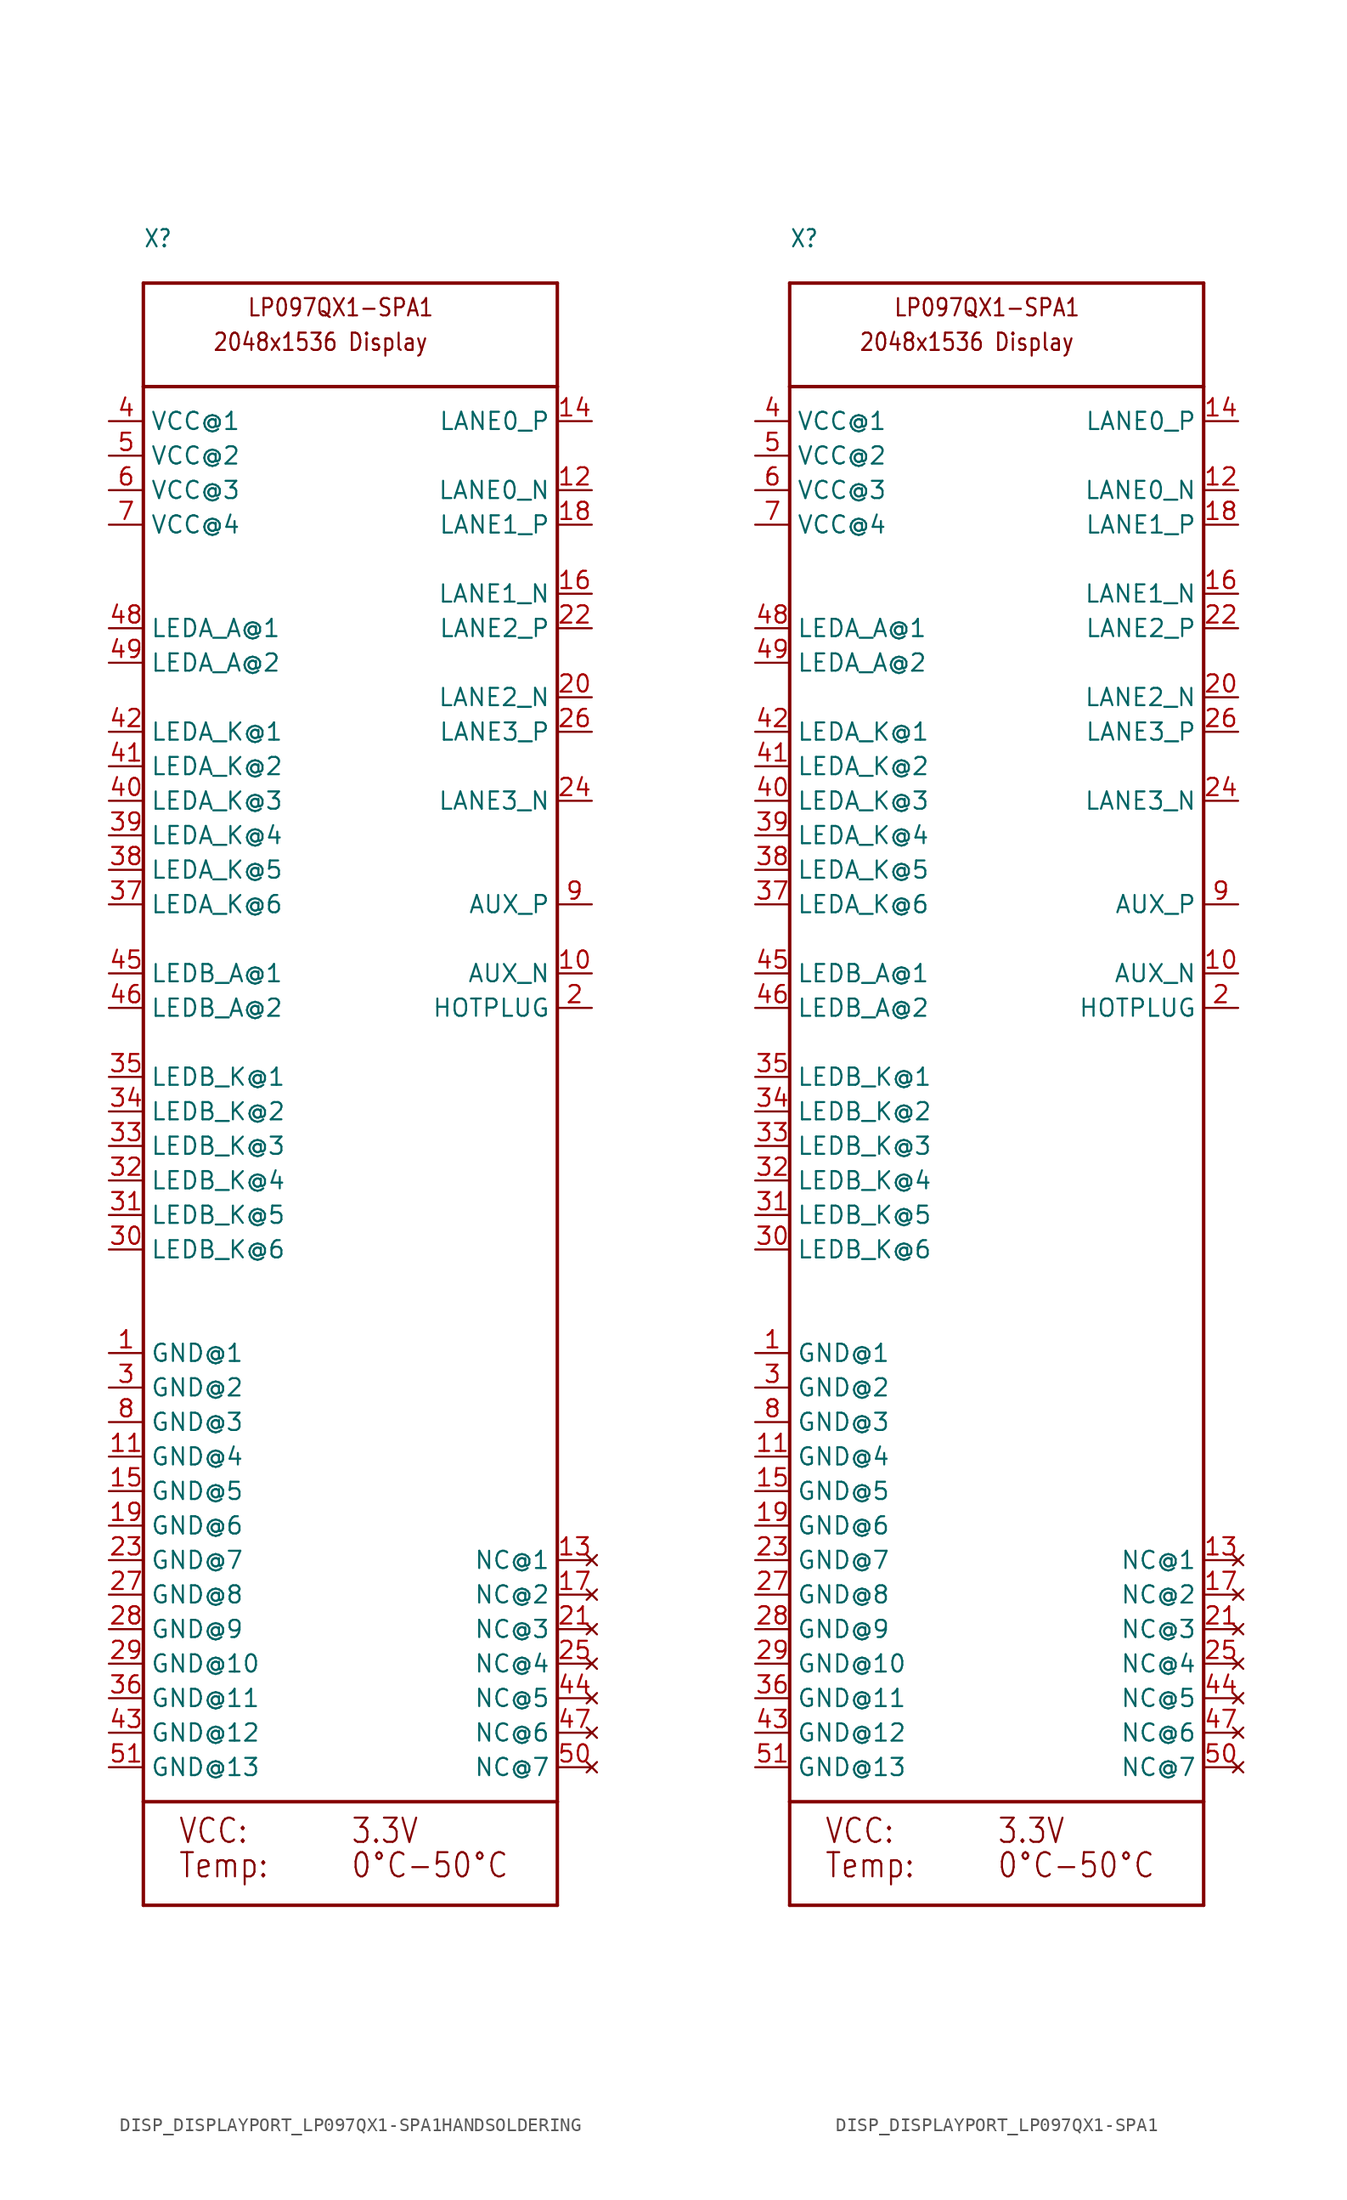
<source format=kicad_sym>
(kicad_symbol_lib
  (version 20220914)
  (generator kicad_symbol_editor)
  (symbol "DISP_DISPLAYPORT_LP097QX1-SPA1HANDSOLDERING"
    (property "Reference" "X"
      (at -15.24 60.96 0)
      (effects (font (size 1.27 1.079)) (justify left bottom)))
    (property "Value" ""
      (at -15.24 -63.5 0)
      (effects (font (size 1.27 1.079)) (justify left bottom)))
    (property "ki_locked" ""
      (at 0 0 0)
      (effects (font (size 1.27 1.27))))
    (symbol "DISP_DISPLAYPORT_LP097QX1-SPA1HANDSOLDERING_1_0"
      (polyline (pts (xy -15.24 -60.96) (xy -15.24 -53.34)) (stroke (width 0.254) (type solid)) (fill (type none)))
      (polyline (pts (xy -15.24 -53.34) (xy -15.24 50.8)) (stroke (width 0.254) (type solid)) (fill (type none)))
      (polyline (pts (xy -15.24 50.8) (xy 15.24 50.8)) (stroke (width 0.254) (type solid)) (fill (type none)))
      (polyline (pts (xy -15.24 58.42) (xy -15.24 50.8)) (stroke (width 0.254) (type solid)) (fill (type none)))
      (polyline (pts (xy -15.24 58.42) (xy 15.24 58.42)) (stroke (width 0.254) (type solid)) (fill (type none)))
      (polyline (pts (xy 15.24 -60.96) (xy -15.24 -60.96)) (stroke (width 0.254) (type solid)) (fill (type none)))
      (polyline (pts (xy 15.24 -53.34) (xy -15.24 -53.34)) (stroke (width 0.254) (type solid)) (fill (type none)))
      (polyline (pts (xy 15.24 -53.34) (xy 15.24 -60.96)) (stroke (width 0.254) (type solid)) (fill (type none)))
      (polyline (pts (xy 15.24 50.8) (xy 15.24 -53.34)) (stroke (width 0.254) (type solid)) (fill (type none)))
      (polyline (pts (xy 15.24 58.42) (xy 15.24 50.8)) (stroke (width 0.254) (type solid)) (fill (type none)))
      (text "0°C-50°C" (at 0 -59.055 0) (effects (font (size 1.778 1.511)) (justify left bottom)))
      (text "2048x1536 Display" (at -10.16 53.34 0) (effects (font (size 1.27 1.079)) (justify left bottom)))
      (text "3.3V" (at 0 -56.515 0) (effects (font (size 1.778 1.511)) (justify left bottom)))
      (text "LP097QX1-SPA1" (at -7.62 55.88 0) (effects (font (size 1.27 1.079)) (justify left bottom)))
      (text "Temp:" (at -12.7 -59.055 0) (effects (font (size 1.778 1.511)) (justify left bottom)))
      (text "VCC:" (at -12.7 -56.515 0) (effects (font (size 1.778 1.511)) (justify left bottom)))
      (pin power_in line (at -17.78 -20.32 0) (length 2.54) (name "GND@1" (effects (font (size 1.27 1.27)))) (number "1" (effects (font (size 1.27 1.27)))))
      (pin bidirectional line (at 17.78 7.62 180) (length 2.54) (name "AUX_N" (effects (font (size 1.27 1.27)))) (number "10" (effects (font (size 1.27 1.27)))))
      (pin power_in line (at -17.78 -27.94 0) (length 2.54) (name "GND@4" (effects (font (size 1.27 1.27)))) (number "11" (effects (font (size 1.27 1.27)))))
      (pin bidirectional line (at 17.78 43.18 180) (length 2.54) (name "LANE0_N" (effects (font (size 1.27 1.27)))) (number "12" (effects (font (size 1.27 1.27)))))
      (pin no_connect line (at 17.78 -35.56 180) (length 2.54) (name "NC@1" (effects (font (size 1.27 1.27)))) (number "13" (effects (font (size 1.27 1.27)))))
      (pin bidirectional line (at 17.78 48.26 180) (length 2.54) (name "LANE0_P" (effects (font (size 1.27 1.27)))) (number "14" (effects (font (size 1.27 1.27)))))
      (pin power_in line (at -17.78 -30.48 0) (length 2.54) (name "GND@5" (effects (font (size 1.27 1.27)))) (number "15" (effects (font (size 1.27 1.27)))))
      (pin bidirectional line (at 17.78 35.56 180) (length 2.54) (name "LANE1_N" (effects (font (size 1.27 1.27)))) (number "16" (effects (font (size 1.27 1.27)))))
      (pin no_connect line (at 17.78 -38.1 180) (length 2.54) (name "NC@2" (effects (font (size 1.27 1.27)))) (number "17" (effects (font (size 1.27 1.27)))))
      (pin bidirectional line (at 17.78 40.64 180) (length 2.54) (name "LANE1_P" (effects (font (size 1.27 1.27)))) (number "18" (effects (font (size 1.27 1.27)))))
      (pin power_in line (at -17.78 -33.02 0) (length 2.54) (name "GND@6" (effects (font (size 1.27 1.27)))) (number "19" (effects (font (size 1.27 1.27)))))
      (pin bidirectional line (at 17.78 5.08 180) (length 2.54) (name "HOTPLUG" (effects (font (size 1.27 1.27)))) (number "2" (effects (font (size 1.27 1.27)))))
      (pin bidirectional line (at 17.78 27.94 180) (length 2.54) (name "LANE2_N" (effects (font (size 1.27 1.27)))) (number "20" (effects (font (size 1.27 1.27)))))
      (pin no_connect line (at 17.78 -40.64 180) (length 2.54) (name "NC@3" (effects (font (size 1.27 1.27)))) (number "21" (effects (font (size 1.27 1.27)))))
      (pin bidirectional line (at 17.78 33.02 180) (length 2.54) (name "LANE2_P" (effects (font (size 1.27 1.27)))) (number "22" (effects (font (size 1.27 1.27)))))
      (pin power_in line (at -17.78 -35.56 0) (length 2.54) (name "GND@7" (effects (font (size 1.27 1.27)))) (number "23" (effects (font (size 1.27 1.27)))))
      (pin bidirectional line (at 17.78 20.32 180) (length 2.54) (name "LANE3_N" (effects (font (size 1.27 1.27)))) (number "24" (effects (font (size 1.27 1.27)))))
      (pin no_connect line (at 17.78 -43.18 180) (length 2.54) (name "NC@4" (effects (font (size 1.27 1.27)))) (number "25" (effects (font (size 1.27 1.27)))))
      (pin bidirectional line (at 17.78 25.4 180) (length 2.54) (name "LANE3_P" (effects (font (size 1.27 1.27)))) (number "26" (effects (font (size 1.27 1.27)))))
      (pin power_in line (at -17.78 -38.1 0) (length 2.54) (name "GND@8" (effects (font (size 1.27 1.27)))) (number "27" (effects (font (size 1.27 1.27)))))
      (pin power_in line (at -17.78 -40.64 0) (length 2.54) (name "GND@9" (effects (font (size 1.27 1.27)))) (number "28" (effects (font (size 1.27 1.27)))))
      (pin power_in line (at -17.78 -43.18 0) (length 2.54) (name "GND@10" (effects (font (size 1.27 1.27)))) (number "29" (effects (font (size 1.27 1.27)))))
      (pin power_in line (at -17.78 -22.86 0) (length 2.54) (name "GND@2" (effects (font (size 1.27 1.27)))) (number "3" (effects (font (size 1.27 1.27)))))
      (pin bidirectional line (at -17.78 -12.7 0) (length 2.54) (name "LEDB_K@6" (effects (font (size 1.27 1.27)))) (number "30" (effects (font (size 1.27 1.27)))))
      (pin bidirectional line (at -17.78 -10.16 0) (length 2.54) (name "LEDB_K@5" (effects (font (size 1.27 1.27)))) (number "31" (effects (font (size 1.27 1.27)))))
      (pin bidirectional line (at -17.78 -7.62 0) (length 2.54) (name "LEDB_K@4" (effects (font (size 1.27 1.27)))) (number "32" (effects (font (size 1.27 1.27)))))
      (pin bidirectional line (at -17.78 -5.08 0) (length 2.54) (name "LEDB_K@3" (effects (font (size 1.27 1.27)))) (number "33" (effects (font (size 1.27 1.27)))))
      (pin bidirectional line (at -17.78 -2.54 0) (length 2.54) (name "LEDB_K@2" (effects (font (size 1.27 1.27)))) (number "34" (effects (font (size 1.27 1.27)))))
      (pin bidirectional line (at -17.78 0 0) (length 2.54) (name "LEDB_K@1" (effects (font (size 1.27 1.27)))) (number "35" (effects (font (size 1.27 1.27)))))
      (pin power_in line (at -17.78 -45.72 0) (length 2.54) (name "GND@11" (effects (font (size 1.27 1.27)))) (number "36" (effects (font (size 1.27 1.27)))))
      (pin bidirectional line (at -17.78 12.7 0) (length 2.54) (name "LEDA_K@6" (effects (font (size 1.27 1.27)))) (number "37" (effects (font (size 1.27 1.27)))))
      (pin bidirectional line (at -17.78 15.24 0) (length 2.54) (name "LEDA_K@5" (effects (font (size 1.27 1.27)))) (number "38" (effects (font (size 1.27 1.27)))))
      (pin bidirectional line (at -17.78 17.78 0) (length 2.54) (name "LEDA_K@4" (effects (font (size 1.27 1.27)))) (number "39" (effects (font (size 1.27 1.27)))))
      (pin power_in line (at -17.78 48.26 0) (length 2.54) (name "VCC@1" (effects (font (size 1.27 1.27)))) (number "4" (effects (font (size 1.27 1.27)))))
      (pin bidirectional line (at -17.78 20.32 0) (length 2.54) (name "LEDA_K@3" (effects (font (size 1.27 1.27)))) (number "40" (effects (font (size 1.27 1.27)))))
      (pin bidirectional line (at -17.78 22.86 0) (length 2.54) (name "LEDA_K@2" (effects (font (size 1.27 1.27)))) (number "41" (effects (font (size 1.27 1.27)))))
      (pin bidirectional line (at -17.78 25.4 0) (length 2.54) (name "LEDA_K@1" (effects (font (size 1.27 1.27)))) (number "42" (effects (font (size 1.27 1.27)))))
      (pin power_in line (at -17.78 -48.26 0) (length 2.54) (name "GND@12" (effects (font (size 1.27 1.27)))) (number "43" (effects (font (size 1.27 1.27)))))
      (pin no_connect line (at 17.78 -45.72 180) (length 2.54) (name "NC@5" (effects (font (size 1.27 1.27)))) (number "44" (effects (font (size 1.27 1.27)))))
      (pin bidirectional line (at -17.78 7.62 0) (length 2.54) (name "LEDB_A@1" (effects (font (size 1.27 1.27)))) (number "45" (effects (font (size 1.27 1.27)))))
      (pin bidirectional line (at -17.78 5.08 0) (length 2.54) (name "LEDB_A@2" (effects (font (size 1.27 1.27)))) (number "46" (effects (font (size 1.27 1.27)))))
      (pin no_connect line (at 17.78 -48.26 180) (length 2.54) (name "NC@6" (effects (font (size 1.27 1.27)))) (number "47" (effects (font (size 1.27 1.27)))))
      (pin bidirectional line (at -17.78 33.02 0) (length 2.54) (name "LEDA_A@1" (effects (font (size 1.27 1.27)))) (number "48" (effects (font (size 1.27 1.27)))))
      (pin bidirectional line (at -17.78 30.48 0) (length 2.54) (name "LEDA_A@2" (effects (font (size 1.27 1.27)))) (number "49" (effects (font (size 1.27 1.27)))))
      (pin power_in line (at -17.78 45.72 0) (length 2.54) (name "VCC@2" (effects (font (size 1.27 1.27)))) (number "5" (effects (font (size 1.27 1.27)))))
      (pin no_connect line (at 17.78 -50.8 180) (length 2.54) (name "NC@7" (effects (font (size 1.27 1.27)))) (number "50" (effects (font (size 1.27 1.27)))))
      (pin power_in line (at -17.78 -50.8 0) (length 2.54) (name "GND@13" (effects (font (size 1.27 1.27)))) (number "51" (effects (font (size 1.27 1.27)))))
      (pin power_in line (at -17.78 43.18 0) (length 2.54) (name "VCC@3" (effects (font (size 1.27 1.27)))) (number "6" (effects (font (size 1.27 1.27)))))
      (pin power_in line (at -17.78 40.64 0) (length 2.54) (name "VCC@4" (effects (font (size 1.27 1.27)))) (number "7" (effects (font (size 1.27 1.27)))))
      (pin power_in line (at -17.78 -25.4 0) (length 2.54) (name "GND@3" (effects (font (size 1.27 1.27)))) (number "8" (effects (font (size 1.27 1.27)))))
      (pin bidirectional line (at 17.78 12.7 180) (length 2.54) (name "AUX_P" (effects (font (size 1.27 1.27)))) (number "9" (effects (font (size 1.27 1.27)))))))
  (symbol "DISP_DISPLAYPORT_LP097QX1-SPA1"
    (property "Reference" "X"
      (at -15.24 60.96 0)
      (effects (font (size 1.27 1.079)) (justify left bottom)))
    (property "Value" ""
      (at -15.24 -63.5 0)
      (effects (font (size 1.27 1.079)) (justify left bottom)))
    (property "ki_locked" ""
      (at 0 0 0)
      (effects (font (size 1.27 1.27))))
    (symbol "DISP_DISPLAYPORT_LP097QX1-SPA1_1_0"
      (polyline (pts (xy -15.24 -60.96) (xy -15.24 -53.34)) (stroke (width 0.254) (type solid)) (fill (type none)))
      (polyline (pts (xy -15.24 -53.34) (xy -15.24 50.8)) (stroke (width 0.254) (type solid)) (fill (type none)))
      (polyline (pts (xy -15.24 50.8) (xy 15.24 50.8)) (stroke (width 0.254) (type solid)) (fill (type none)))
      (polyline (pts (xy -15.24 58.42) (xy -15.24 50.8)) (stroke (width 0.254) (type solid)) (fill (type none)))
      (polyline (pts (xy -15.24 58.42) (xy 15.24 58.42)) (stroke (width 0.254) (type solid)) (fill (type none)))
      (polyline (pts (xy 15.24 -60.96) (xy -15.24 -60.96)) (stroke (width 0.254) (type solid)) (fill (type none)))
      (polyline (pts (xy 15.24 -53.34) (xy -15.24 -53.34)) (stroke (width 0.254) (type solid)) (fill (type none)))
      (polyline (pts (xy 15.24 -53.34) (xy 15.24 -60.96)) (stroke (width 0.254) (type solid)) (fill (type none)))
      (polyline (pts (xy 15.24 50.8) (xy 15.24 -53.34)) (stroke (width 0.254) (type solid)) (fill (type none)))
      (polyline (pts (xy 15.24 58.42) (xy 15.24 50.8)) (stroke (width 0.254) (type solid)) (fill (type none)))
      (text "0°C-50°C" (at 0 -59.055 0) (effects (font (size 1.778 1.511)) (justify left bottom)))
      (text "2048x1536 Display" (at -10.16 53.34 0) (effects (font (size 1.27 1.079)) (justify left bottom)))
      (text "3.3V" (at 0 -56.515 0) (effects (font (size 1.778 1.511)) (justify left bottom)))
      (text "LP097QX1-SPA1" (at -7.62 55.88 0) (effects (font (size 1.27 1.079)) (justify left bottom)))
      (text "Temp:" (at -12.7 -59.055 0) (effects (font (size 1.778 1.511)) (justify left bottom)))
      (text "VCC:" (at -12.7 -56.515 0) (effects (font (size 1.778 1.511)) (justify left bottom)))
      (pin power_in line (at -17.78 -20.32 0) (length 2.54) (name "GND@1" (effects (font (size 1.27 1.27)))) (number "1" (effects (font (size 1.27 1.27)))))
      (pin bidirectional line (at 17.78 7.62 180) (length 2.54) (name "AUX_N" (effects (font (size 1.27 1.27)))) (number "10" (effects (font (size 1.27 1.27)))))
      (pin power_in line (at -17.78 -27.94 0) (length 2.54) (name "GND@4" (effects (font (size 1.27 1.27)))) (number "11" (effects (font (size 1.27 1.27)))))
      (pin bidirectional line (at 17.78 43.18 180) (length 2.54) (name "LANE0_N" (effects (font (size 1.27 1.27)))) (number "12" (effects (font (size 1.27 1.27)))))
      (pin no_connect line (at 17.78 -35.56 180) (length 2.54) (name "NC@1" (effects (font (size 1.27 1.27)))) (number "13" (effects (font (size 1.27 1.27)))))
      (pin bidirectional line (at 17.78 48.26 180) (length 2.54) (name "LANE0_P" (effects (font (size 1.27 1.27)))) (number "14" (effects (font (size 1.27 1.27)))))
      (pin power_in line (at -17.78 -30.48 0) (length 2.54) (name "GND@5" (effects (font (size 1.27 1.27)))) (number "15" (effects (font (size 1.27 1.27)))))
      (pin bidirectional line (at 17.78 35.56 180) (length 2.54) (name "LANE1_N" (effects (font (size 1.27 1.27)))) (number "16" (effects (font (size 1.27 1.27)))))
      (pin no_connect line (at 17.78 -38.1 180) (length 2.54) (name "NC@2" (effects (font (size 1.27 1.27)))) (number "17" (effects (font (size 1.27 1.27)))))
      (pin bidirectional line (at 17.78 40.64 180) (length 2.54) (name "LANE1_P" (effects (font (size 1.27 1.27)))) (number "18" (effects (font (size 1.27 1.27)))))
      (pin power_in line (at -17.78 -33.02 0) (length 2.54) (name "GND@6" (effects (font (size 1.27 1.27)))) (number "19" (effects (font (size 1.27 1.27)))))
      (pin bidirectional line (at 17.78 5.08 180) (length 2.54) (name "HOTPLUG" (effects (font (size 1.27 1.27)))) (number "2" (effects (font (size 1.27 1.27)))))
      (pin bidirectional line (at 17.78 27.94 180) (length 2.54) (name "LANE2_N" (effects (font (size 1.27 1.27)))) (number "20" (effects (font (size 1.27 1.27)))))
      (pin no_connect line (at 17.78 -40.64 180) (length 2.54) (name "NC@3" (effects (font (size 1.27 1.27)))) (number "21" (effects (font (size 1.27 1.27)))))
      (pin bidirectional line (at 17.78 33.02 180) (length 2.54) (name "LANE2_P" (effects (font (size 1.27 1.27)))) (number "22" (effects (font (size 1.27 1.27)))))
      (pin power_in line (at -17.78 -35.56 0) (length 2.54) (name "GND@7" (effects (font (size 1.27 1.27)))) (number "23" (effects (font (size 1.27 1.27)))))
      (pin bidirectional line (at 17.78 20.32 180) (length 2.54) (name "LANE3_N" (effects (font (size 1.27 1.27)))) (number "24" (effects (font (size 1.27 1.27)))))
      (pin no_connect line (at 17.78 -43.18 180) (length 2.54) (name "NC@4" (effects (font (size 1.27 1.27)))) (number "25" (effects (font (size 1.27 1.27)))))
      (pin bidirectional line (at 17.78 25.4 180) (length 2.54) (name "LANE3_P" (effects (font (size 1.27 1.27)))) (number "26" (effects (font (size 1.27 1.27)))))
      (pin power_in line (at -17.78 -38.1 0) (length 2.54) (name "GND@8" (effects (font (size 1.27 1.27)))) (number "27" (effects (font (size 1.27 1.27)))))
      (pin power_in line (at -17.78 -40.64 0) (length 2.54) (name "GND@9" (effects (font (size 1.27 1.27)))) (number "28" (effects (font (size 1.27 1.27)))))
      (pin power_in line (at -17.78 -43.18 0) (length 2.54) (name "GND@10" (effects (font (size 1.27 1.27)))) (number "29" (effects (font (size 1.27 1.27)))))
      (pin power_in line (at -17.78 -22.86 0) (length 2.54) (name "GND@2" (effects (font (size 1.27 1.27)))) (number "3" (effects (font (size 1.27 1.27)))))
      (pin bidirectional line (at -17.78 -12.7 0) (length 2.54) (name "LEDB_K@6" (effects (font (size 1.27 1.27)))) (number "30" (effects (font (size 1.27 1.27)))))
      (pin bidirectional line (at -17.78 -10.16 0) (length 2.54) (name "LEDB_K@5" (effects (font (size 1.27 1.27)))) (number "31" (effects (font (size 1.27 1.27)))))
      (pin bidirectional line (at -17.78 -7.62 0) (length 2.54) (name "LEDB_K@4" (effects (font (size 1.27 1.27)))) (number "32" (effects (font (size 1.27 1.27)))))
      (pin bidirectional line (at -17.78 -5.08 0) (length 2.54) (name "LEDB_K@3" (effects (font (size 1.27 1.27)))) (number "33" (effects (font (size 1.27 1.27)))))
      (pin bidirectional line (at -17.78 -2.54 0) (length 2.54) (name "LEDB_K@2" (effects (font (size 1.27 1.27)))) (number "34" (effects (font (size 1.27 1.27)))))
      (pin bidirectional line (at -17.78 0 0) (length 2.54) (name "LEDB_K@1" (effects (font (size 1.27 1.27)))) (number "35" (effects (font (size 1.27 1.27)))))
      (pin power_in line (at -17.78 -45.72 0) (length 2.54) (name "GND@11" (effects (font (size 1.27 1.27)))) (number "36" (effects (font (size 1.27 1.27)))))
      (pin bidirectional line (at -17.78 12.7 0) (length 2.54) (name "LEDA_K@6" (effects (font (size 1.27 1.27)))) (number "37" (effects (font (size 1.27 1.27)))))
      (pin bidirectional line (at -17.78 15.24 0) (length 2.54) (name "LEDA_K@5" (effects (font (size 1.27 1.27)))) (number "38" (effects (font (size 1.27 1.27)))))
      (pin bidirectional line (at -17.78 17.78 0) (length 2.54) (name "LEDA_K@4" (effects (font (size 1.27 1.27)))) (number "39" (effects (font (size 1.27 1.27)))))
      (pin power_in line (at -17.78 48.26 0) (length 2.54) (name "VCC@1" (effects (font (size 1.27 1.27)))) (number "4" (effects (font (size 1.27 1.27)))))
      (pin bidirectional line (at -17.78 20.32 0) (length 2.54) (name "LEDA_K@3" (effects (font (size 1.27 1.27)))) (number "40" (effects (font (size 1.27 1.27)))))
      (pin bidirectional line (at -17.78 22.86 0) (length 2.54) (name "LEDA_K@2" (effects (font (size 1.27 1.27)))) (number "41" (effects (font (size 1.27 1.27)))))
      (pin bidirectional line (at -17.78 25.4 0) (length 2.54) (name "LEDA_K@1" (effects (font (size 1.27 1.27)))) (number "42" (effects (font (size 1.27 1.27)))))
      (pin power_in line (at -17.78 -48.26 0) (length 2.54) (name "GND@12" (effects (font (size 1.27 1.27)))) (number "43" (effects (font (size 1.27 1.27)))))
      (pin no_connect line (at 17.78 -45.72 180) (length 2.54) (name "NC@5" (effects (font (size 1.27 1.27)))) (number "44" (effects (font (size 1.27 1.27)))))
      (pin bidirectional line (at -17.78 7.62 0) (length 2.54) (name "LEDB_A@1" (effects (font (size 1.27 1.27)))) (number "45" (effects (font (size 1.27 1.27)))))
      (pin bidirectional line (at -17.78 5.08 0) (length 2.54) (name "LEDB_A@2" (effects (font (size 1.27 1.27)))) (number "46" (effects (font (size 1.27 1.27)))))
      (pin no_connect line (at 17.78 -48.26 180) (length 2.54) (name "NC@6" (effects (font (size 1.27 1.27)))) (number "47" (effects (font (size 1.27 1.27)))))
      (pin bidirectional line (at -17.78 33.02 0) (length 2.54) (name "LEDA_A@1" (effects (font (size 1.27 1.27)))) (number "48" (effects (font (size 1.27 1.27)))))
      (pin bidirectional line (at -17.78 30.48 0) (length 2.54) (name "LEDA_A@2" (effects (font (size 1.27 1.27)))) (number "49" (effects (font (size 1.27 1.27)))))
      (pin power_in line (at -17.78 45.72 0) (length 2.54) (name "VCC@2" (effects (font (size 1.27 1.27)))) (number "5" (effects (font (size 1.27 1.27)))))
      (pin no_connect line (at 17.78 -50.8 180) (length 2.54) (name "NC@7" (effects (font (size 1.27 1.27)))) (number "50" (effects (font (size 1.27 1.27)))))
      (pin power_in line (at -17.78 -50.8 0) (length 2.54) (name "GND@13" (effects (font (size 1.27 1.27)))) (number "51" (effects (font (size 1.27 1.27)))))
      (pin power_in line (at -17.78 43.18 0) (length 2.54) (name "VCC@3" (effects (font (size 1.27 1.27)))) (number "6" (effects (font (size 1.27 1.27)))))
      (pin power_in line (at -17.78 40.64 0) (length 2.54) (name "VCC@4" (effects (font (size 1.27 1.27)))) (number "7" (effects (font (size 1.27 1.27)))))
      (pin power_in line (at -17.78 -25.4 0) (length 2.54) (name "GND@3" (effects (font (size 1.27 1.27)))) (number "8" (effects (font (size 1.27 1.27)))))
      (pin bidirectional line (at 17.78 12.7 180) (length 2.54) (name "AUX_P" (effects (font (size 1.27 1.27)))) (number "9" (effects (font (size 1.27 1.27))))))))
</source>
